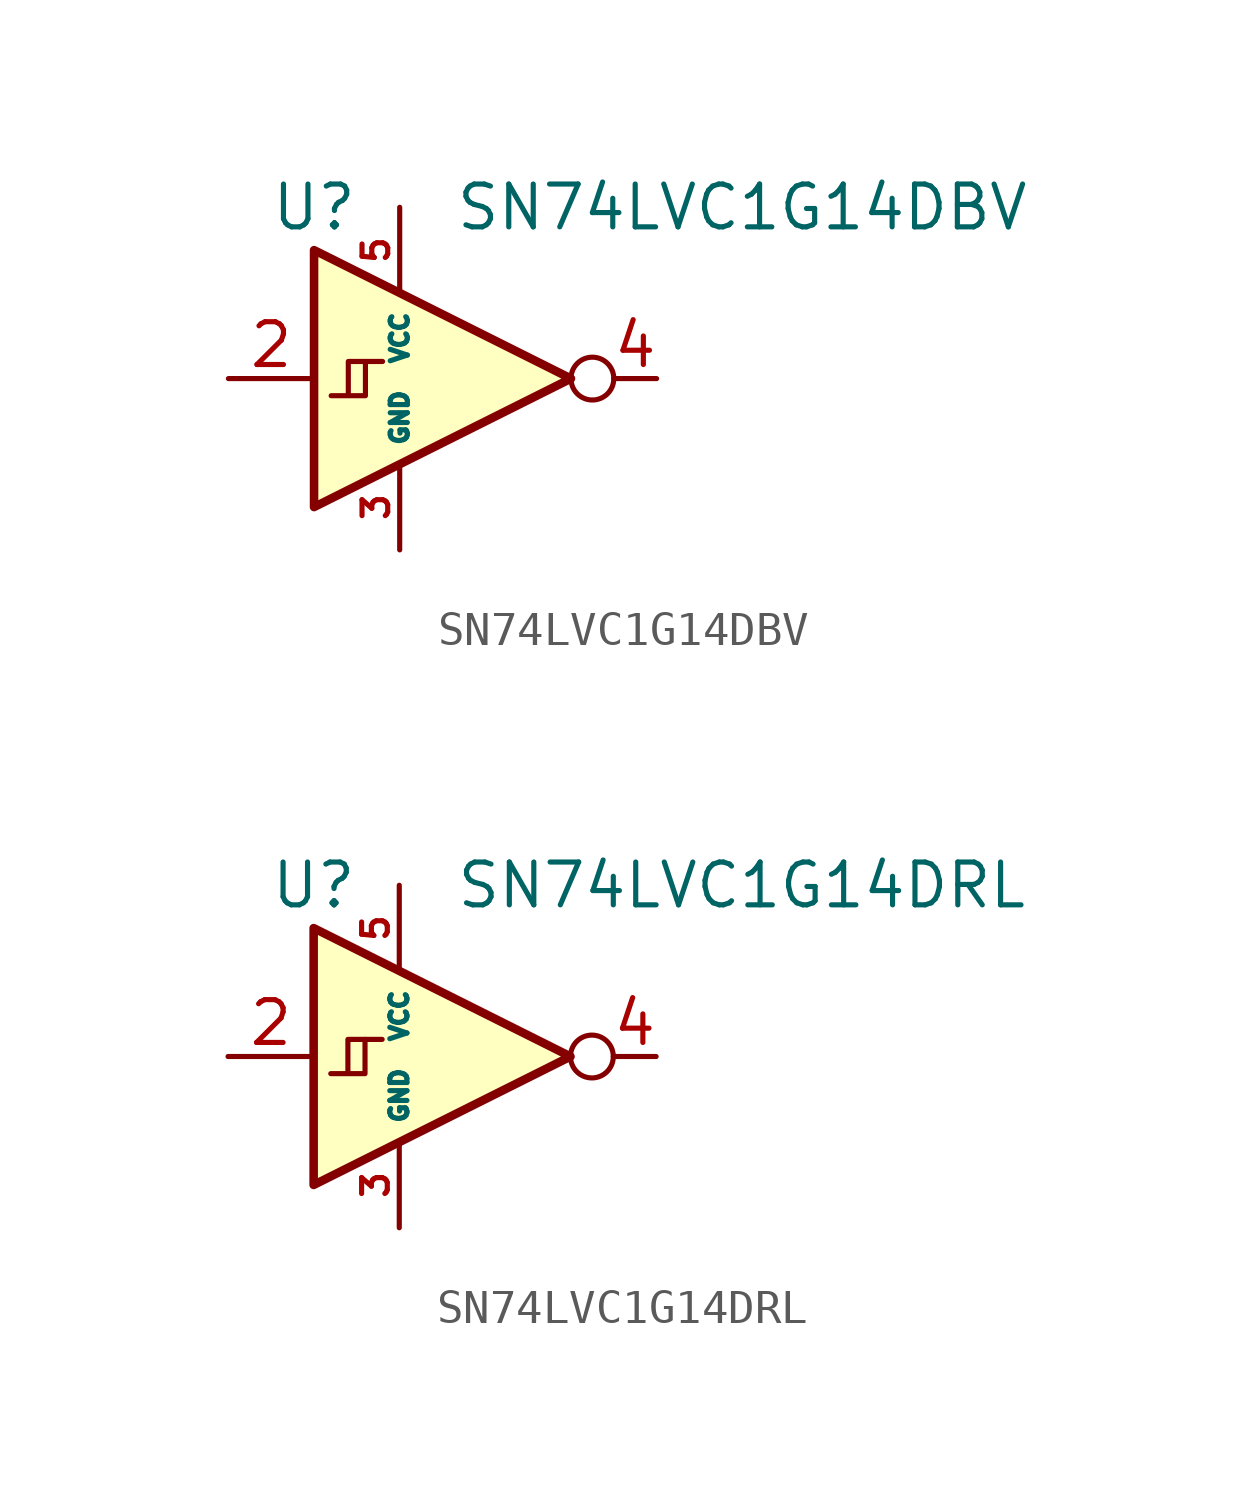
<source format=kicad_sym>
(kicad_symbol_lib
  (version 20201005)
  (generator kicad_symbol_editor)
  (symbol "74xGxx:SN74LVC1G14DBV"
    (property "Reference" "U"
      (at -2.54 5.08 0)
      (effects (font (size 1.27 1.27))))
    (property "Value" "SN74LVC1G14DBV"
      (at 10.16 5.08 0)
      (effects (font (size 1.27 1.27))))
    (symbol "SN74LVC1G14DBV_0_1"
      (circle (center 5.715 0) (radius 0.635) (stroke (width 0)) (fill (type none)))
      (polyline (pts (xy -1.016 0.508) (xy -0.508 0.508)) (stroke (width 0)) (fill (type none)))
      (polyline (pts (xy -2.54 3.81) (xy -2.54 -3.81) (xy 5.08 0) (xy -2.54 3.81)) (stroke (width 0.254)) (fill (type background)))
      (polyline (pts (xy -1.524 -0.508) (xy -1.524 0.508) (xy -1.016 0.508) (xy -1.016 -0.508) (xy -2.032 -0.508)) (stroke (width 0)) (fill (type none))))
    (symbol "SN74LVC1G14DBV_1_1"
      (pin no_connect line (at 5.08 0 180) (length 2.54) hide (name "NC" (effects (font (size 1.27 1.27)))) (number "1" (effects (font (size 1.27 1.27)))))
      (pin input line (at -5.08 0 0) (length 2.54) (name "~" (effects (font (size 1.27 1.27)))) (number "2" (effects (font (size 1.27 1.27)))))
      (pin power_in line (at 0 -5.08 90) (length 2.54) (name "GND" (effects (font (size 0.508 0.508)))) (number "3" (effects (font (size 0.762 0.762)))))
      (pin output line (at 7.62 0 180) (length 1.27) (name "~" (effects (font (size 1.27 1.27)))) (number "4" (effects (font (size 1.27 1.27)))))
      (pin power_in line (at 0 5.08 270) (length 2.54) (name "VCC" (effects (font (size 0.508 0.508)))) (number "5" (effects (font (size 0.762 0.762)))))))
  (symbol "74xGxx:SN74LVC1G14DRL"
    (property "Reference" "U"
      (at -2.54 5.08 0)
      (effects (font (size 1.27 1.27))))
    (property "Value" "SN74LVC1G14DRL"
      (at 10.16 5.08 0)
      (effects (font (size 1.27 1.27))))
    (symbol "SN74LVC1G14DRL_0_1"
      (circle (center 5.715 0) (radius 0.635) (stroke (width 0)) (fill (type none)))
      (polyline (pts (xy -1.016 0.508) (xy -0.508 0.508)) (stroke (width 0)) (fill (type none)))
      (polyline (pts (xy -2.54 3.81) (xy -2.54 -3.81) (xy 5.08 0) (xy -2.54 3.81)) (stroke (width 0.254)) (fill (type background)))
      (polyline (pts (xy -1.524 -0.508) (xy -1.524 0.508) (xy -1.016 0.508) (xy -1.016 -0.508) (xy -2.032 -0.508)) (stroke (width 0)) (fill (type none))))
    (symbol "SN74LVC1G14DRL_1_1"
      (pin no_connect line (at 5.08 0 180) (length 2.54) hide (name "NC" (effects (font (size 1.27 1.27)))) (number "1" (effects (font (size 1.27 1.27)))))
      (pin input line (at -5.08 0 0) (length 2.54) (name "~" (effects (font (size 1.27 1.27)))) (number "2" (effects (font (size 1.27 1.27)))))
      (pin power_in line (at 0 -5.08 90) (length 2.54) (name "GND" (effects (font (size 0.508 0.508)))) (number "3" (effects (font (size 0.762 0.762)))))
      (pin output line (at 7.62 0 180) (length 1.27) (name "~" (effects (font (size 1.27 1.27)))) (number "4" (effects (font (size 1.27 1.27)))))
      (pin power_in line (at 0 5.08 270) (length 2.54) (name "VCC" (effects (font (size 0.508 0.508)))) (number "5" (effects (font (size 0.762 0.762))))))))
</source>
